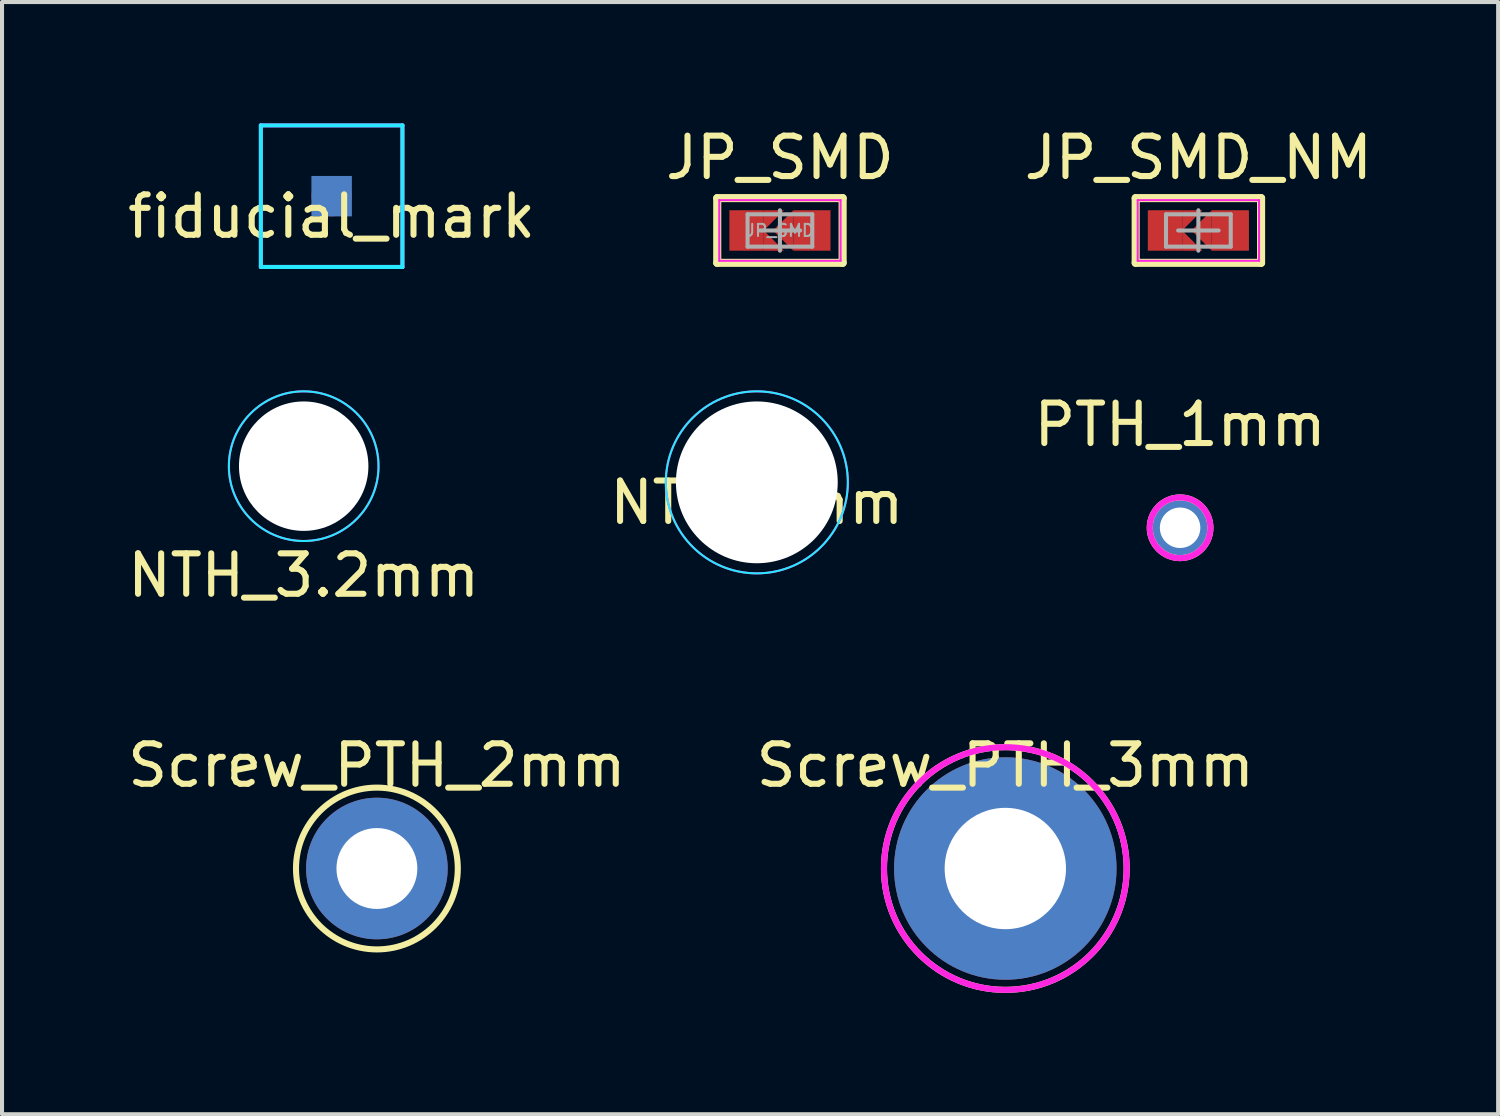
<source format=kicad_pcb>
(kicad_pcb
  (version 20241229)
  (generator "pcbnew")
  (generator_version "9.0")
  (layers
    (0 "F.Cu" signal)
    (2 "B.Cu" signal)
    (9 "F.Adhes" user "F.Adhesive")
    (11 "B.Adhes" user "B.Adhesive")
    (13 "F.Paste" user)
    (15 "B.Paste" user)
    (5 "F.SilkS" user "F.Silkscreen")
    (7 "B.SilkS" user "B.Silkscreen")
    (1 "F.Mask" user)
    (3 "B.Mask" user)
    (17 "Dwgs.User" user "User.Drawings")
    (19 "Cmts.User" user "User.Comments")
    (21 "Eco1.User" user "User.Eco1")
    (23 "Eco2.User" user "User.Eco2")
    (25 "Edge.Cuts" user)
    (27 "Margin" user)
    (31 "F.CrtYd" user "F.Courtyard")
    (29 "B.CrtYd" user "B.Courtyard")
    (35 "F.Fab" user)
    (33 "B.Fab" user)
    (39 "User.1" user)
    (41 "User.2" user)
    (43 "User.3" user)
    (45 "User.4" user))
  (footprint "NTH_4mm"
    (layer "F.Cu")
    (at 15.661 8.875)
    (property "Reference" "NTH_4mm" (at 0 0.5 0) (layer "F.SilkS") (effects (font (size 1 1) (thickness 0.15))))
    (attr through_hole)
    (fp_circle (center 0 0) (end 2.25 0) (stroke (width 0.05) (type solid)) (fill no) (layer "B.CrtYd"))
    (fp_circle (center 0 0) (end 2.25 0) (stroke (width 0.05) (type solid)) (fill no) (layer "F.CrtYd"))
    (pad "" np_thru_hole circle (at 0 0) (size 4 4) (drill 4) (layers "*.Cu" "*.Mask")))
  (footprint "Screw_PTH_3mm"
    (layer "F.Cu")
    (at 21.804 18.422)
    (property "Reference" "Screw_PTH_3mm" (at 0 -2.55 0) (layer "F.SilkS") (effects (font (size 1 1) (thickness 0.15))))
    (attr through_hole)
    (fp_circle (center 0 0) (end 3 0) (stroke (width 0.15) (type solid)) (fill no) (layer "F.SilkS"))
    (fp_circle (center 0 0) (end 3 0) (stroke (width 0.15) (type solid)) (fill no) (layer "F.CrtYd"))
    (pad "1" thru_hole circle (at 0 0) (size 5.5 5.5) (drill 3) (layers "*.Cu" "*.Mask")))
  (footprint "fiducial_mark"
    (layer "F.Cu")
    (at 5.149 1.8)
    (property "Reference" "fiducial_mark" (at 0 0.5 0) (layer "F.SilkS") (effects (font (size 1 1) (thickness 0.15))))
    (attr through_hole)
    (fp_poly (pts (xy -1.5 -1.5) (xy 1.5 -1.5) (xy 1.5 1.5) (xy -1.5 1.5)) (stroke (width 0.001) (type solid)) (fill yes) (layer "F.Mask"))
    (fp_poly (pts (xy -1.5 -1.5) (xy 1.5 -1.5) (xy 1.5 1.5) (xy -1.5 1.5)) (stroke (width 0.001) (type solid)) (fill yes) (layer "B.Mask"))
    (fp_line (start -1.75 -1.75) (end 1.75 -1.75) (stroke (width 0.1) (type solid)) (layer "B.CrtYd"))
    (fp_line (start -1.75 1.75) (end -1.75 -1.75) (stroke (width 0.1) (type solid)) (layer "B.CrtYd"))
    (fp_line (start 1.75 -1.75) (end 1.75 1.75) (stroke (width 0.1) (type solid)) (layer "B.CrtYd"))
    (fp_line (start 1.75 1.75) (end -1.75 1.75) (stroke (width 0.1) (type solid)) (layer "B.CrtYd"))
    (fp_line (start -1.75 -1.75) (end 1.75 -1.75) (stroke (width 0.1) (type solid)) (layer "F.CrtYd"))
    (fp_line (start -1.75 1.75) (end -1.75 -1.75) (stroke (width 0.1) (type solid)) (layer "F.CrtYd"))
    (fp_line (start 1.75 -1.75) (end 1.75 1.75) (stroke (width 0.1) (type solid)) (layer "F.CrtYd"))
    (fp_line (start 1.75 1.75) (end -1.75 1.75) (stroke (width 0.1) (type solid)) (layer "F.CrtYd"))
    (pad "0" smd circle (at 0 0) (size 1 1) (layers "F.Cu" "F.Mask" "F.Paste"))
    (pad "1" smd rect (at 0 0) (size 1 1) (layers "B.Cu" "B.Mask" "B.Paste")))
  (footprint "JP_SMD_NM"
    (layer "F.Cu")
    (at 26.577 2.648)
    (property "Reference" "JP_SMD_NM" (at 0 -1.8 0) (layer "F.SilkS") (effects (font (size 1 1) (thickness 0.15))))
    (attr smd)
    (fp_line (start -1.55 0.8) (end -1.55 -0.8) (stroke (width 0.2) (type solid)) (layer "F.SilkS"))
    (fp_line (start -1.55 0.8) (end 1.55 0.8) (stroke (width 0.2) (type solid)) (layer "F.SilkS"))
    (fp_line (start 1.55 -0.8) (end -1.55 -0.8) (stroke (width 0.2) (type solid)) (layer "F.SilkS"))
    (fp_line (start 1.55 -0.8) (end 1.55 0.8) (stroke (width 0.2) (type solid)) (layer "F.SilkS"))
    (fp_line (start -1.5 -0.75) (end -1.5 0.75) (stroke (width 0.05) (type solid)) (layer "F.CrtYd"))
    (fp_line (start -1.5 -0.75) (end 1.5 -0.75) (stroke (width 0.05) (type solid)) (layer "F.CrtYd"))
    (fp_line (start -1.5 0.75) (end 1.5 0.75) (stroke (width 0.05) (type solid)) (layer "F.CrtYd"))
    (fp_line (start 1.5 -0.75) (end 1.5 0.75) (stroke (width 0.05) (type solid)) (layer "F.CrtYd"))
    (fp_line (start -0.8 -0.4) (end 0.8 -0.4) (stroke (width 0.1) (type solid)) (layer "F.Fab"))
    (fp_line (start -0.8 0.4) (end -0.8 -0.4) (stroke (width 0.1) (type solid)) (layer "F.Fab"))
    (fp_line (start -0.5 0) (end 0.5 0) (stroke (width 0.1) (type solid)) (layer "F.Fab"))
    (fp_line (start 0 -0.5) (end 0 0.5) (stroke (width 0.1) (type solid)) (layer "F.Fab"))
    (fp_line (start 0.8 -0.4) (end 0.8 0.4) (stroke (width 0.1) (type solid)) (layer "F.Fab"))
    (fp_line (start 0.8 0.4) (end -0.8 0.4) (stroke (width 0.1) (type solid)) (layer "F.Fab"))
    (pad "1" smd rect (at -0.825 0) (size 0.85 1) (layers "F.Cu" "F.Mask" "F.Paste"))
    (pad "1" smd trapezoid (at -0.275 -0.375 45) (size 0.354 0.354) (rect_delta 0 0.354) (layers "F.Cu" "F.Mask" "F.Paste"))
    (pad "1" smd trapezoid (at -0.275 0.375 135) (size 0.354 0.354) (rect_delta 0 0.354) (layers "F.Cu" "F.Mask" "F.Paste"))
    (pad "2" smd trapezoid (at 0.08 0 90) (size 0.5 0.5) (rect_delta 0 0.5) (layers "F.Cu" "F.Mask" "F.Paste"))
    (pad "2" smd rect (at 0.79 0) (size 0.92 1) (layers "F.Cu" "F.Mask" "F.Paste")))
  (footprint "Screw_PTH_2mm"
    (layer "F.Cu")
    (at 6.268 18.422)
    (property "Reference" "Screw_PTH_2mm" (at 0 -2.55 0) (layer "F.SilkS") (effects (font (size 1 1) (thickness 0.15))))
    (attr through_hole)
    (fp_circle (center 0 0) (end 2 0) (stroke (width 0.15) (type solid)) (fill no) (layer "F.SilkS"))
    (fp_circle (center 0 0) (end 0.75 0) (stroke (width 0.15) (type solid)) (fill no) (layer "F.CrtYd"))
    (pad "1" thru_hole circle (at 0 0) (size 3.5 3.5) (drill 2) (layers "*.Cu" "*.Mask")))
  (footprint "NTH_3.2mm"
    (layer "F.Cu")
    (at 4.458 8.475)
    (property "Reference" "NTH_3.2mm" (at 0 2.7 0) (layer "F.SilkS") (effects (font (size 1 1) (thickness 0.15))))
    (attr through_hole)
    (fp_circle (center 0 0) (end 1.85 0) (stroke (width 0.05) (type solid)) (fill no) (layer "B.CrtYd"))
    (fp_circle (center 0 0) (end 1.85 0) (stroke (width 0.05) (type solid)) (fill no) (layer "F.CrtYd"))
    (pad "" np_thru_hole circle (at 0 0) (size 3.2 3.2) (drill 3.2) (layers "*.Cu" "*.Mask")))
  (footprint "JP_SMD"
    (layer "F.Cu")
    (at 16.232 2.648)
    (property "Reference" "JP_SMD" (at 0 -1.8 0) (layer "F.SilkS") (effects (font (size 1 1) (thickness 0.15))))
    (attr smd)
    (fp_line (start -1.55 0.8) (end -1.55 -0.8) (stroke (width 0.2) (type solid)) (layer "F.SilkS"))
    (fp_line (start -1.55 0.8) (end 1.55 0.8) (stroke (width 0.2) (type solid)) (layer "F.SilkS"))
    (fp_line (start 1.55 -0.8) (end -1.55 -0.8) (stroke (width 0.2) (type solid)) (layer "F.SilkS"))
    (fp_line (start 1.55 -0.8) (end 1.55 0.8) (stroke (width 0.2) (type solid)) (layer "F.SilkS"))
    (fp_line (start -1.5 -0.75) (end -1.5 0.75) (stroke (width 0.05) (type solid)) (layer "F.CrtYd"))
    (fp_line (start -1.5 -0.75) (end 1.5 -0.75) (stroke (width 0.05) (type solid)) (layer "F.CrtYd"))
    (fp_line (start -1.5 0.75) (end 1.5 0.75) (stroke (width 0.05) (type solid)) (layer "F.CrtYd"))
    (fp_line (start 1.5 -0.75) (end 1.5 0.75) (stroke (width 0.05) (type solid)) (layer "F.CrtYd"))
    (fp_line (start -0.8 -0.4) (end 0.8 -0.4) (stroke (width 0.1) (type solid)) (layer "F.Fab"))
    (fp_line (start -0.8 0.4) (end -0.8 -0.4) (stroke (width 0.1) (type solid)) (layer "F.Fab"))
    (fp_line (start -0.5 0) (end 0.5 0) (stroke (width 0.1) (type solid)) (layer "F.Fab"))
    (fp_line (start 0 -0.5) (end 0 0.5) (stroke (width 0.1) (type solid)) (layer "F.Fab"))
    (fp_line (start 0.8 -0.4) (end 0.8 0.4) (stroke (width 0.1) (type solid)) (layer "F.Fab"))
    (fp_line (start 0.8 0.4) (end -0.8 0.4) (stroke (width 0.1) (type solid)) (layer "F.Fab"))
    (fp_text user "${REFERENCE}" (at 0 0 0) (layer "F.Fab") (effects (font (size 0.3 0.3) (thickness 0.05))))
    (pad "1" smd rect (at -0.825 0) (size 0.85 1) (layers "F.Cu" "F.Mask" "F.Paste"))
    (pad "1" smd trapezoid (at -0.275 -0.375 45) (size 0.354 0.354) (rect_delta 0 0.354) (layers "F.Cu" "F.Mask" "F.Paste"))
    (pad "1" smd trapezoid (at -0.275 0.375 135) (size 0.354 0.354) (rect_delta 0 0.354) (layers "F.Cu" "F.Mask" "F.Paste"))
    (pad "2" smd trapezoid (at 0.08 0 90) (size 0.5 0.5) (rect_delta 0 0.5) (layers "F.Cu" "F.Mask" "F.Paste"))
    (pad "2" smd rect (at 0.79 0) (size 0.92 1) (layers "F.Cu" "F.Mask" "F.Paste")))
  (footprint "PTH_1mm"
    (layer "F.Cu")
    (at 26.125 9.998)
    (property "Reference" "PTH_1mm" (at 0 -2.55 0) (layer "F.SilkS") (effects (font (size 1 1) (thickness 0.15))))
    (attr through_hole)
    (fp_circle (center 0 0) (end 0.75 0) (stroke (width 0.15) (type solid)) (fill no) (layer "F.SilkS"))
    (fp_circle (center 0 0) (end 0.75 0) (stroke (width 0.15) (type solid)) (fill no) (layer "F.CrtYd"))
    (pad "1" thru_hole circle (at 0 0) (size 1.5 1.5) (drill 1) (layers "*.Cu" "*.Mask")))
  (gr_rect
    (start -3 -3)
    (end 33.988 24.497)
    (stroke (width 0.1) (type default))
    (fill no)
    (layer "Edge.Cuts")))
</source>
